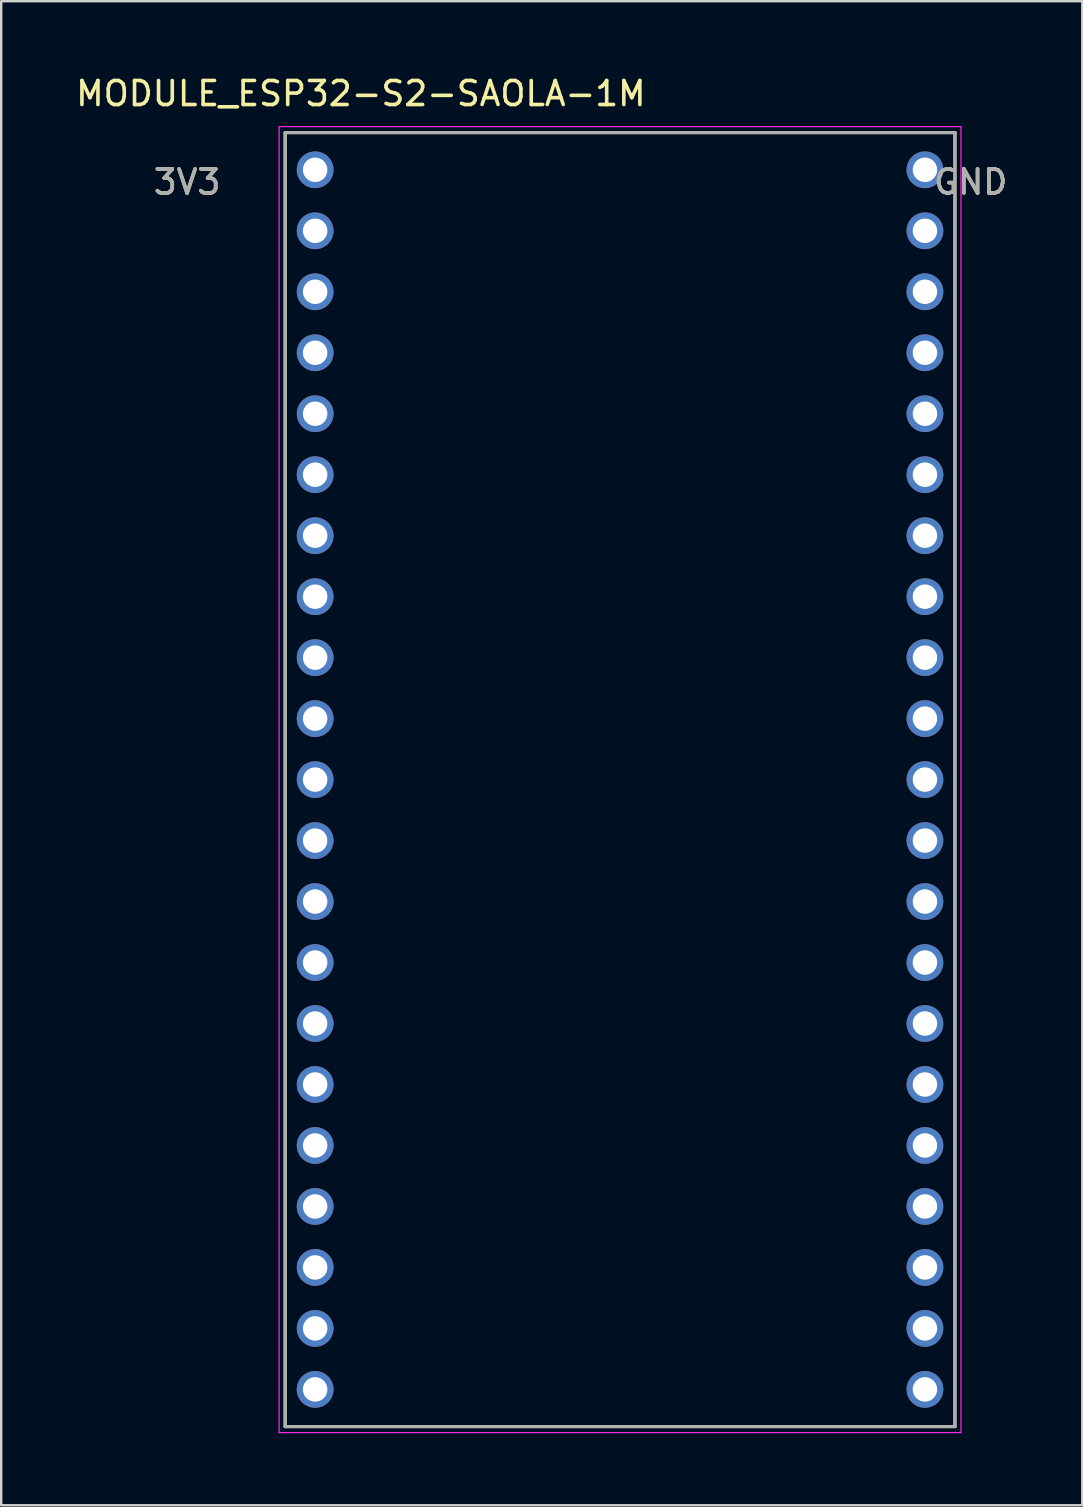
<source format=kicad_pcb>
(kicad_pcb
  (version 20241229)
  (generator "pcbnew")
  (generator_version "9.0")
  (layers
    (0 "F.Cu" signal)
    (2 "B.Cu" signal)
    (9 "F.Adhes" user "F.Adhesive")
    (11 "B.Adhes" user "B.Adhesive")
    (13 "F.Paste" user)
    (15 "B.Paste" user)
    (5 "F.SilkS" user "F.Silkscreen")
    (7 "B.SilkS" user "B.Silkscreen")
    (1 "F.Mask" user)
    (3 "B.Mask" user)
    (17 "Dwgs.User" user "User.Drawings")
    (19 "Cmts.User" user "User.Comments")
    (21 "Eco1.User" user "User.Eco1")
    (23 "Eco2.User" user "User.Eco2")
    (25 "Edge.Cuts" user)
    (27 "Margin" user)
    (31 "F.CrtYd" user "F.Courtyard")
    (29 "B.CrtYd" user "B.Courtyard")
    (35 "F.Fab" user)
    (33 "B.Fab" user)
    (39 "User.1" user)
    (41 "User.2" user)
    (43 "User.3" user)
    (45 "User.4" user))
  (footprint "MODULE_ESP32-S2-SAOLA-1M"
    (layer "F.Cu")
    (at 22.777 29.423)
    (property "Reference" "MODULE_ESP32-S2-SAOLA-1M" (at -10.795 -28.575 0) (layer "F.SilkS") (effects (font (size 1 1) (thickness 0.15))))
    (attr through_hole)
    (fp_line (start -13.95 -26.95) (end 13.95 -26.95) (stroke (width 0.127) (type solid)) (layer "F.SilkS"))
    (fp_line (start -13.95 26.95) (end -13.95 -26.95) (stroke (width 0.127) (type solid)) (layer "F.SilkS"))
    (fp_line (start 13.95 -26.95) (end 13.95 26.95) (stroke (width 0.127) (type solid)) (layer "F.SilkS"))
    (fp_line (start 13.95 26.95) (end -13.95 26.95) (stroke (width 0.127) (type solid)) (layer "F.SilkS"))
    (fp_line (start -14.2 -27.2) (end 14.2 -27.2) (stroke (width 0.05) (type solid)) (layer "F.CrtYd"))
    (fp_line (start -14.2 27.2) (end -14.2 -27.2) (stroke (width 0.05) (type solid)) (layer "F.CrtYd"))
    (fp_line (start 14.2 -27.2) (end 14.2 27.2) (stroke (width 0.05) (type solid)) (layer "F.CrtYd"))
    (fp_line (start 14.2 27.2) (end -14.2 27.2) (stroke (width 0.05) (type solid)) (layer "F.CrtYd"))
    (fp_line (start -13.95 -26.95) (end 13.95 -26.95) (stroke (width 0.127) (type solid)) (layer "F.Fab"))
    (fp_line (start -13.95 26.95) (end -13.95 -26.95) (stroke (width 0.127) (type solid)) (layer "F.Fab"))
    (fp_line (start 13.95 -26.95) (end 13.95 26.95) (stroke (width 0.127) (type solid)) (layer "F.Fab"))
    (fp_line (start 13.95 26.95) (end -13.95 26.95) (stroke (width 0.127) (type solid)) (layer "F.Fab"))
    (fp_text user "3V3" (at -18.034 -24.892 0) (layer "F.SilkS") (effects (font (size 1 1) (thickness 0.15))))
    (fp_text user "GND" (at 14.605 -24.892 0) (layer "F.SilkS") (effects (font (size 1 1) (thickness 0.15))))
    (fp_text user "GND" (at 14.605 -24.892 0) (layer "F.Fab") (effects (font (size 1 1) (thickness 0.15))))
    (fp_text user "3V3" (at -18.034 -24.892 0) (layer "F.Fab") (effects (font (size 1 1) (thickness 0.15))))
    (pad "0" thru_hole circle (at -12.7 -22.86) (size 1.53 1.53) (drill 1.02) (layers "*.Cu" "*.Mask"))
    (pad "1" thru_hole circle (at -12.7 -20.32) (size 1.53 1.53) (drill 1.02) (layers "*.Cu" "*.Mask"))
    (pad "2" thru_hole circle (at -12.7 -17.78) (size 1.53 1.53) (drill 1.02) (layers "*.Cu" "*.Mask"))
    (pad "3" thru_hole circle (at -12.7 -15.24) (size 1.53 1.53) (drill 1.02) (layers "*.Cu" "*.Mask"))
    (pad "3V3" thru_hole circle (at -12.7 -25.4) (size 1.53 1.53) (drill 1.02) (layers "*.Cu" "*.Mask"))
    (pad "4" thru_hole circle (at -12.7 -12.7) (size 1.53 1.53) (drill 1.02) (layers "*.Cu" "*.Mask"))
    (pad "5" thru_hole circle (at -12.7 -10.16) (size 1.53 1.53) (drill 1.02) (layers "*.Cu" "*.Mask"))
    (pad "5V" thru_hole circle (at -12.7 22.86) (size 1.53 1.53) (drill 1.02) (layers "*.Cu" "*.Mask"))
    (pad "6" thru_hole circle (at -12.7 -7.62) (size 1.53 1.53) (drill 1.02) (layers "*.Cu" "*.Mask"))
    (pad "7" thru_hole circle (at -12.7 -5.08) (size 1.53 1.53) (drill 1.02) (layers "*.Cu" "*.Mask"))
    (pad "8" thru_hole circle (at -12.7 -2.54) (size 1.53 1.53) (drill 1.02) (layers "*.Cu" "*.Mask"))
    (pad "9" thru_hole circle (at -12.7 0) (size 1.53 1.53) (drill 1.02) (layers "*.Cu" "*.Mask"))
    (pad "10" thru_hole circle (at -12.7 2.54) (size 1.53 1.53) (drill 1.02) (layers "*.Cu" "*.Mask"))
    (pad "11" thru_hole circle (at -12.7 5.08) (size 1.53 1.53) (drill 1.02) (layers "*.Cu" "*.Mask"))
    (pad "12" thru_hole circle (at -12.7 7.62) (size 1.53 1.53) (drill 1.02) (layers "*.Cu" "*.Mask"))
    (pad "13" thru_hole circle (at -12.7 10.16) (size 1.53 1.53) (drill 1.02) (layers "*.Cu" "*.Mask"))
    (pad "14" thru_hole circle (at -12.7 12.7) (size 1.53 1.53) (drill 1.02) (layers "*.Cu" "*.Mask"))
    (pad "15" thru_hole circle (at -12.7 15.24) (size 1.53 1.53) (drill 1.02) (layers "*.Cu" "*.Mask"))
    (pad "16" thru_hole circle (at -12.7 17.78) (size 1.53 1.53) (drill 1.02) (layers "*.Cu" "*.Mask"))
    (pad "17" thru_hole circle (at -12.7 20.32) (size 1.53 1.53) (drill 1.02) (layers "*.Cu" "*.Mask"))
    (pad "18" thru_hole circle (at 12.7 25.4) (size 1.53 1.53) (drill 1.02) (layers "*.Cu" "*.Mask"))
    (pad "19" thru_hole circle (at 12.7 22.86) (size 1.53 1.53) (drill 1.02) (layers "*.Cu" "*.Mask"))
    (pad "20" thru_hole circle (at 12.7 20.32) (size 1.53 1.53) (drill 1.02) (layers "*.Cu" "*.Mask"))
    (pad "21" thru_hole circle (at 12.7 17.78) (size 1.53 1.53) (drill 1.02) (layers "*.Cu" "*.Mask"))
    (pad "26" thru_hole circle (at 12.7 15.24) (size 1.53 1.53) (drill 1.02) (layers "*.Cu" "*.Mask"))
    (pad "33" thru_hole circle (at 12.7 12.7) (size 1.53 1.53) (drill 1.02) (layers "*.Cu" "*.Mask"))
    (pad "34" thru_hole circle (at 12.7 10.16) (size 1.53 1.53) (drill 1.02) (layers "*.Cu" "*.Mask"))
    (pad "35" thru_hole circle (at 12.7 7.62) (size 1.53 1.53) (drill 1.02) (layers "*.Cu" "*.Mask"))
    (pad "36" thru_hole circle (at 12.7 5.08) (size 1.53 1.53) (drill 1.02) (layers "*.Cu" "*.Mask"))
    (pad "37" thru_hole circle (at 12.7 2.54) (size 1.53 1.53) (drill 1.02) (layers "*.Cu" "*.Mask"))
    (pad "38" thru_hole circle (at 12.7 0) (size 1.53 1.53) (drill 1.02) (layers "*.Cu" "*.Mask"))
    (pad "39" thru_hole circle (at 12.7 -2.54) (size 1.53 1.53) (drill 1.02) (layers "*.Cu" "*.Mask"))
    (pad "40" thru_hole circle (at 12.7 -5.08) (size 1.53 1.53) (drill 1.02) (layers "*.Cu" "*.Mask"))
    (pad "41" thru_hole circle (at 12.7 -7.62) (size 1.53 1.53) (drill 1.02) (layers "*.Cu" "*.Mask"))
    (pad "42" thru_hole circle (at 12.7 -10.16) (size 1.53 1.53) (drill 1.02) (layers "*.Cu" "*.Mask"))
    (pad "45" thru_hole circle (at 12.7 -17.78) (size 1.53 1.53) (drill 1.02) (layers "*.Cu" "*.Mask"))
    (pad "46" thru_hole circle (at 12.7 -20.32) (size 1.53 1.53) (drill 1.02) (layers "*.Cu" "*.Mask"))
    (pad "GND_1" thru_hole circle (at -12.7 25.4) (size 1.53 1.53) (drill 1.02) (layers "*.Cu" "*.Mask"))
    (pad "GND_2" thru_hole circle (at 12.7 -25.4) (size 1.53 1.53) (drill 1.02) (layers "*.Cu" "*.Mask"))
    (pad "RST" thru_hole circle (at 12.7 -22.86) (size 1.53 1.53) (drill 1.02) (layers "*.Cu" "*.Mask"))
    (pad "RX" thru_hole circle (at 12.7 -15.24) (size 1.53 1.53) (drill 1.02) (layers "*.Cu" "*.Mask"))
    (pad "TX" thru_hole circle (at 12.7 -12.7) (size 1.53 1.53) (drill 1.02) (layers "*.Cu" "*.Mask")))
  (gr_rect
    (start -3 -3)
    (end 42.031 59.648)
    (stroke (width 0.1) (type default))
    (fill no)
    (layer "Edge.Cuts")))
</source>
